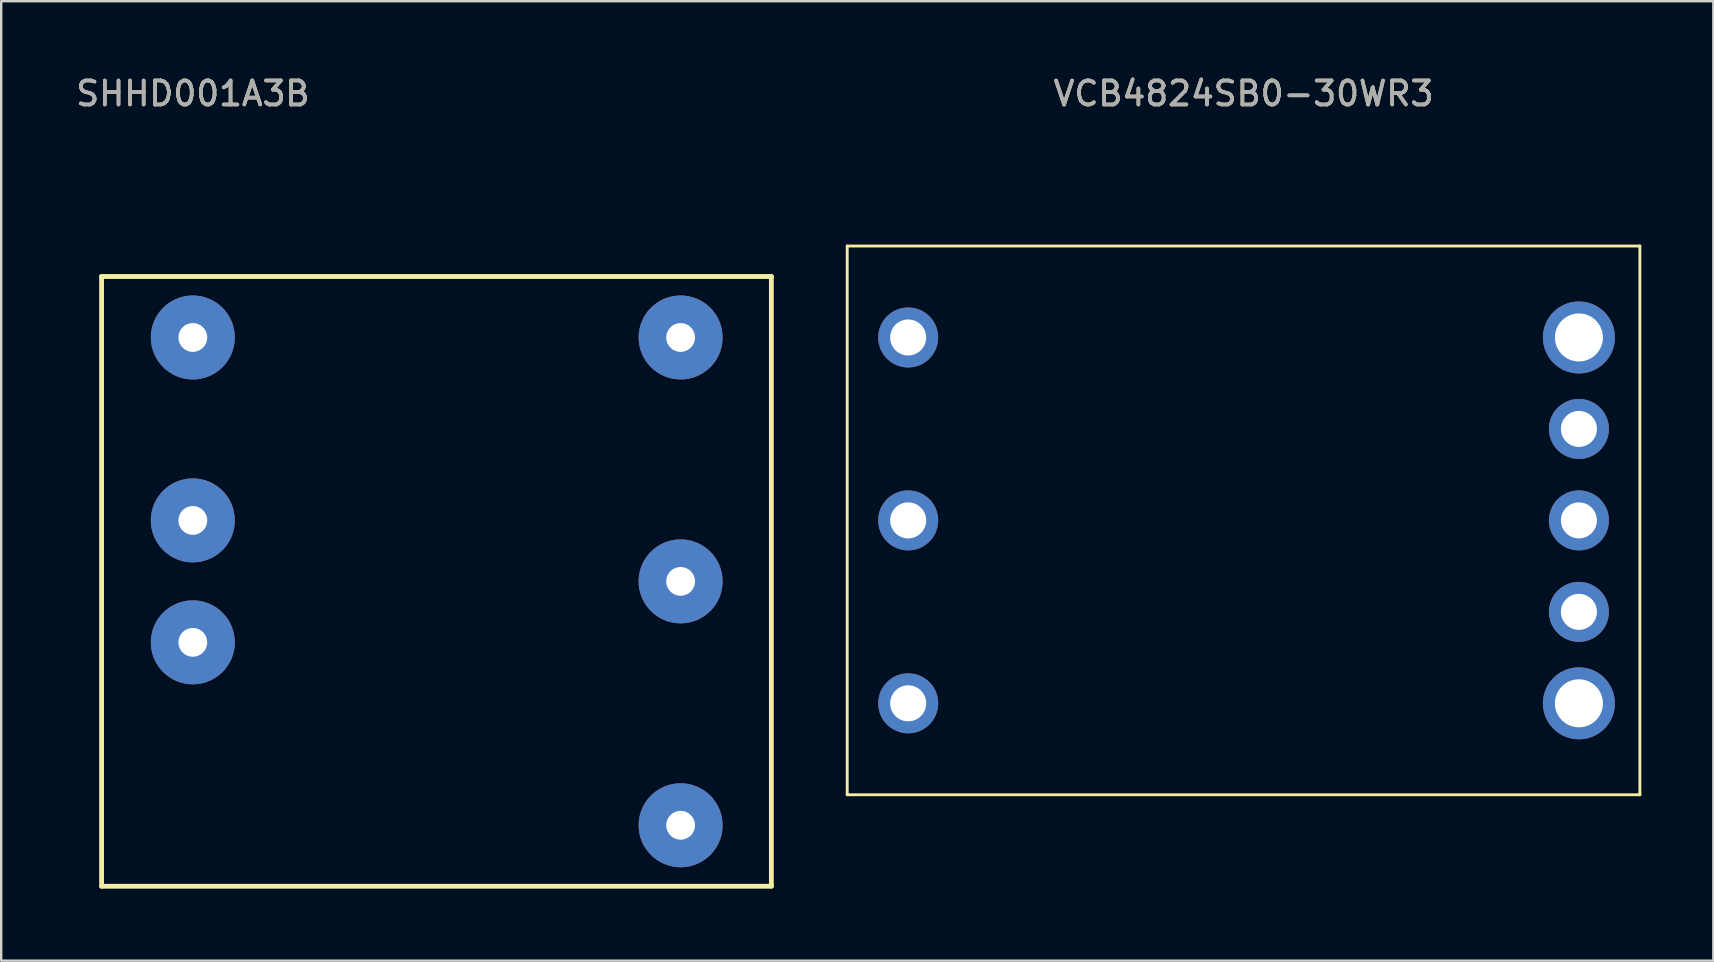
<source format=kicad_pcb>
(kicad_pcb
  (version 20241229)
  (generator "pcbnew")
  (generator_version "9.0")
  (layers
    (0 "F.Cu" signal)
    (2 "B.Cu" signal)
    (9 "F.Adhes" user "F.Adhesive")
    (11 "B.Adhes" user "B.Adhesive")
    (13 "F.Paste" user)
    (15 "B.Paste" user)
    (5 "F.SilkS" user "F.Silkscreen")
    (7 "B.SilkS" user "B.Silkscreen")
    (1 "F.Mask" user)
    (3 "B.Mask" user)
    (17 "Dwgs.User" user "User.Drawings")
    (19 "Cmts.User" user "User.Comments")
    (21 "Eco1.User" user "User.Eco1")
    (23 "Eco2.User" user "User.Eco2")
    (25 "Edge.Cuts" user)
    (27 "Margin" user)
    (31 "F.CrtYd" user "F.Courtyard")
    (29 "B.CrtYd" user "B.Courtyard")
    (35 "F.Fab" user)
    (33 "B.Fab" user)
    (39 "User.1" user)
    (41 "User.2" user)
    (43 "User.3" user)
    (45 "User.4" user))
  (footprint "VCB4824SB0-30WR3"
    (layer "F.Cu")
    (at 48.752 18.628)
    (property "Reference" "VCB4824SB0-30WR3" (at 0 -17.78 0) (unlocked yes) (layer "F.SilkS") (effects (font (size 1 1) (thickness 0.15))))
    (attr through_hole)
    (fp_line (start -16.51 -11.43) (end -16.51 11.43) (stroke (width 0.12) (type solid)) (layer "F.SilkS"))
    (fp_line (start -16.51 -11.43) (end 16.51 -11.43) (stroke (width 0.12) (type solid)) (layer "F.SilkS"))
    (fp_line (start -16.51 11.43) (end 16.51 11.43) (stroke (width 0.12) (type solid)) (layer "F.SilkS"))
    (fp_line (start 16.51 -11.43) (end 16.51 11.43) (stroke (width 0.12) (type solid)) (layer "F.SilkS"))
    (fp_text user "${REFERENCE}" (at 0 -17.78 0) (unlocked yes) (layer "F.Fab") (effects (font (size 1 1) (thickness 0.15))))
    (pad "1" thru_hole circle (at -13.97 -7.62) (size 2.5 2.5) (drill 1.5) (layers "*.Cu" "*.Mask"))
    (pad "2" thru_hole circle (at -13.97 0) (size 2.5 2.5) (drill 1.5) (layers "*.Cu" "*.Mask"))
    (pad "3" thru_hole circle (at -13.97 7.62) (size 2.5 2.5) (drill 1.5) (layers "*.Cu" "*.Mask"))
    (pad "4" thru_hole circle (at 13.97 7.62) (size 3 3) (drill 2) (layers "*.Cu" "*.Mask"))
    (pad "5" thru_hole circle (at 13.97 3.81) (size 2.5 2.5) (drill 1.5) (layers "*.Cu" "*.Mask"))
    (pad "6" thru_hole circle (at 13.97 0) (size 2.5 2.5) (drill 1.5) (layers "*.Cu" "*.Mask"))
    (pad "7" thru_hole circle (at 13.97 -3.81) (size 2.5 2.5) (drill 1.5) (layers "*.Cu" "*.Mask"))
    (pad "8" thru_hole circle (at 13.97 -7.62) (size 3 3) (drill 2) (layers "*.Cu" "*.Mask")))
  (footprint "SHHD001A3B"
    (layer "F.Cu")
    (at 4.982 11.008)
    (property "Reference" "SHHD001A3B" (at 0 -10.16 0) (unlocked yes) (layer "F.SilkS") (effects (font (size 1 1) (thickness 0.15))))
    (attr smd)
    (fp_line (start -3.8 -2.54) (end -3.8 22.86) (stroke (width 0.2) (type solid)) (layer "F.SilkS"))
    (fp_line (start -3.8 -2.54) (end 24.1 -2.54) (stroke (width 0.2) (type solid)) (layer "F.SilkS"))
    (fp_line (start -3.8 22.86) (end 24.1 22.86) (stroke (width 0.2) (type solid)) (layer "F.SilkS"))
    (fp_line (start 24.1 -2.54) (end 24.1 22.86) (stroke (width 0.2) (type solid)) (layer "F.SilkS"))
    (fp_text user "${REFERENCE}" (at 0 -10.16 0) (unlocked yes) (layer "F.Fab") (effects (font (size 1 1) (thickness 0.15))))
    (pad "1" thru_hole circle (at 0 12.7) (size 3.5 3.5) (drill 1.2) (layers "*.Cu" "*.Mask"))
    (pad "2" thru_hole circle (at 0 7.62) (size 3.5 3.5) (drill 1.2) (layers "*.Cu" "*.Mask"))
    (pad "3" thru_hole circle (at 0 0) (size 3.5 3.5) (drill 1.2) (layers "*.Cu" "*.Mask"))
    (pad "4" thru_hole circle (at 20.32 0) (size 3.5 3.5) (drill 1.2) (layers "*.Cu" "*.Mask"))
    (pad "5" thru_hole circle (at 20.32 10.16) (size 3.5 3.5) (drill 1.2) (layers "*.Cu" "*.Mask"))
    (pad "6" thru_hole circle (at 20.32 20.32) (size 3.5 3.5) (drill 1.2) (layers "*.Cu" "*.Mask")))
  (gr_rect
    (start -3 -3)
    (end 68.322 36.968)
    (stroke (width 0.1) (type default))
    (fill no)
    (layer "Edge.Cuts")))
</source>
